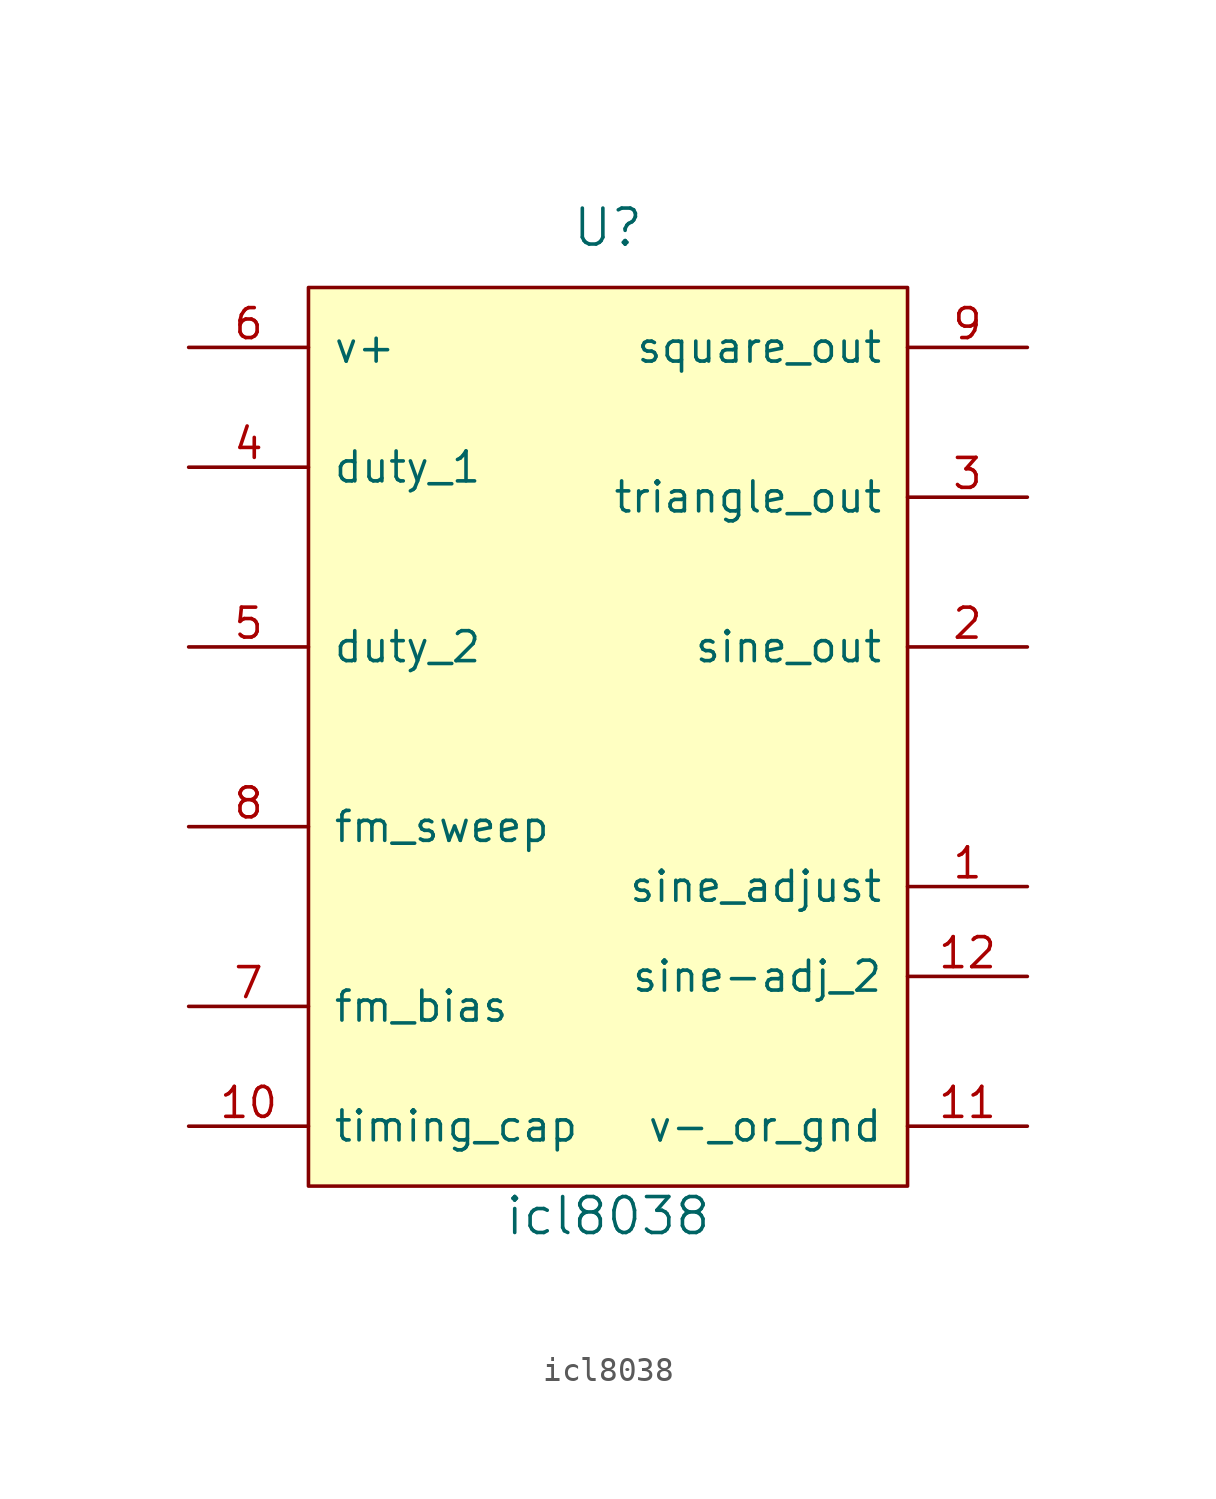
<source format=kicad_sym>
(kicad_symbol_lib
  (version 20231120)
  (generator "kicad_symbol_editor")
  (generator_version "8.0")
  (symbol "icl8038"
    (pin_names
      (offset 1.016))
    (property "Reference" "U"
      (at 0 20.32 0)
      (effects (font (size 1.524 1.524))))
    (property "Value" "icl8038"
      (at 0 -21.59 0)
      (effects (font (size 1.524 1.524))))
    (symbol "icl8038_0_1"
      (rectangle (start 12.7 -20.32) (end -12.7 17.78) (stroke (width 0) (type solid)) (fill (type background))))
    (symbol "icl8038_1_1"
      (pin passive line (at 17.78 -7.62 180) (length 5.08) (name "sine_adjust" (effects (font (size 1.27 1.27)))) (number "1" (effects (font (size 1.27 1.27)))))
      (pin passive line (at -17.78 -17.78 0) (length 5.08) (name "timing_cap" (effects (font (size 1.27 1.27)))) (number "10" (effects (font (size 1.27 1.27)))))
      (pin power_in line (at 17.78 -17.78 180) (length 5.08) (name "v-_or_gnd" (effects (font (size 1.27 1.27)))) (number "11" (effects (font (size 1.27 1.27)))))
      (pin passive line (at 17.78 -11.43 180) (length 5.08) (name "sine-adj_2" (effects (font (size 1.27 1.27)))) (number "12" (effects (font (size 1.27 1.27)))))
      (pin no_connect line (at -1.27 -20.32 90) (length 5.08) hide (name "n/c" (effects (font (size 1.27 1.27)))) (number "13" (effects (font (size 1.27 1.27)))))
      (pin no_connect line (at 1.27 -20.32 90) (length 5.08) hide (name "nc" (effects (font (size 1.27 1.27)))) (number "14" (effects (font (size 1.27 1.27)))))
      (pin output line (at 17.78 2.54 180) (length 5.08) (name "sine_out" (effects (font (size 1.27 1.27)))) (number "2" (effects (font (size 1.27 1.27)))))
      (pin output line (at 17.78 8.89 180) (length 5.08) (name "triangle_out" (effects (font (size 1.27 1.27)))) (number "3" (effects (font (size 1.27 1.27)))))
      (pin passive line (at -17.78 10.16 0) (length 5.08) (name "duty_1" (effects (font (size 1.27 1.27)))) (number "4" (effects (font (size 1.27 1.27)))))
      (pin passive line (at -17.78 2.54 0) (length 5.08) (name "duty_2" (effects (font (size 1.27 1.27)))) (number "5" (effects (font (size 1.27 1.27)))))
      (pin power_in line (at -17.78 15.24 0) (length 5.08) (name "v+" (effects (font (size 1.27 1.27)))) (number "6" (effects (font (size 1.27 1.27)))))
      (pin passive line (at -17.78 -12.7 0) (length 5.08) (name "fm_bias" (effects (font (size 1.27 1.27)))) (number "7" (effects (font (size 1.27 1.27)))))
      (pin passive line (at -17.78 -5.08 0) (length 5.08) (name "fm_sweep" (effects (font (size 1.27 1.27)))) (number "8" (effects (font (size 1.27 1.27)))))
      (pin output line (at 17.78 15.24 180) (length 5.08) (name "square_out" (effects (font (size 1.27 1.27)))) (number "9" (effects (font (size 1.27 1.27))))))))
</source>
